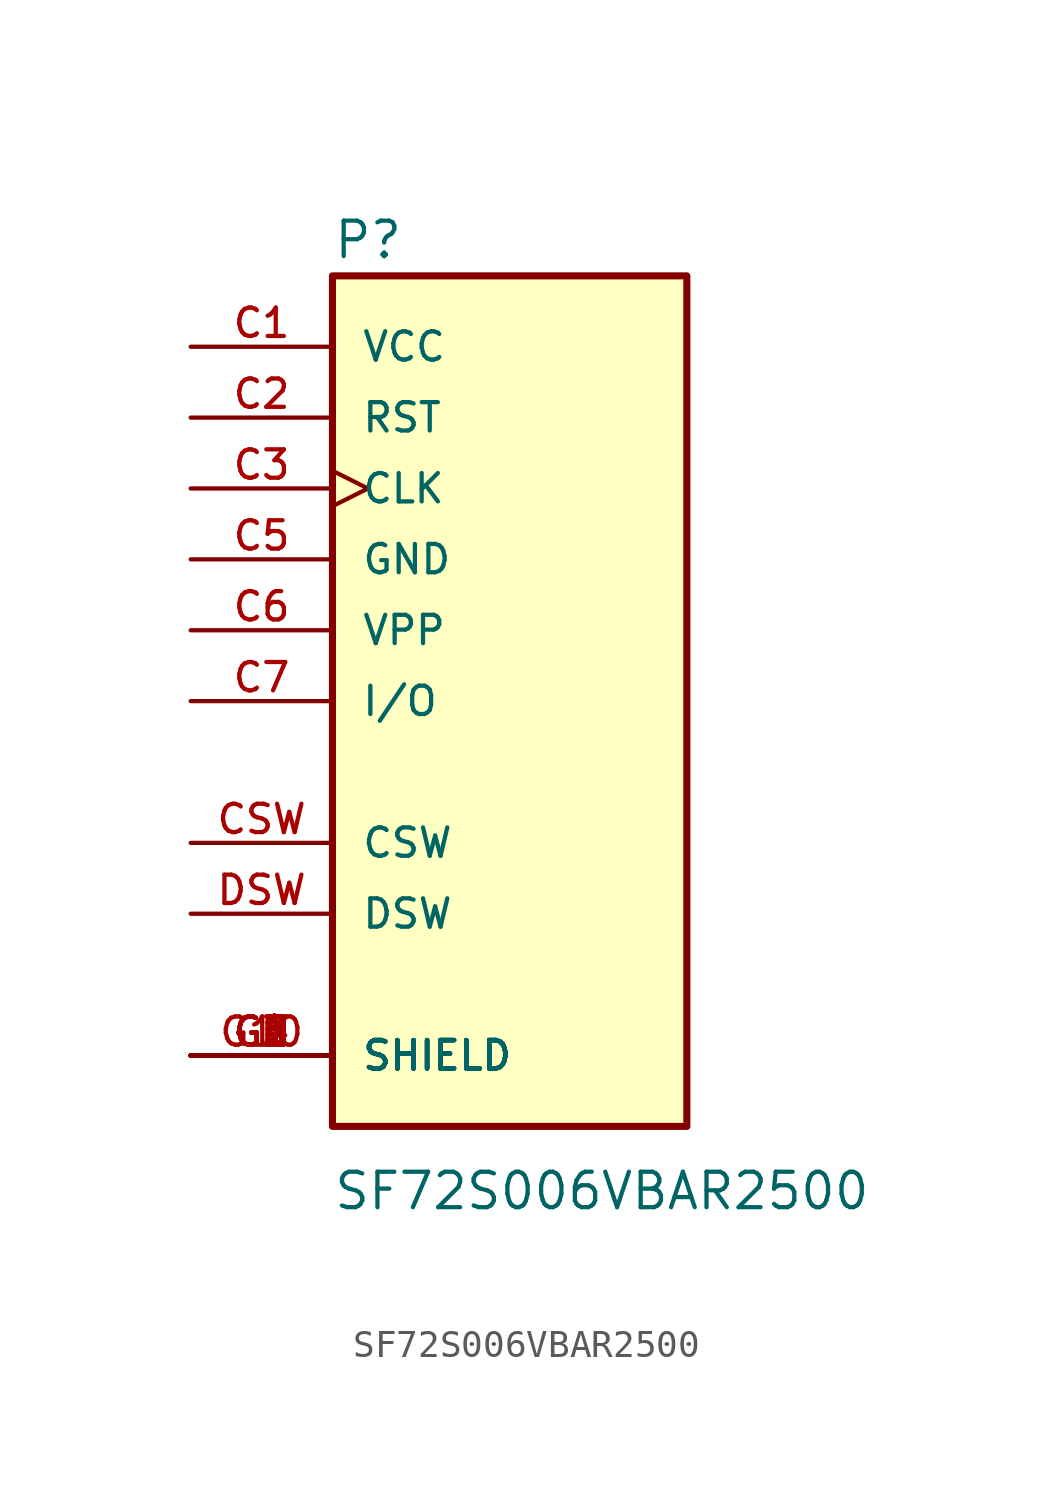
<source format=kicad_sym>
(kicad_symbol_lib
  (version 20211014)
  (generator kicad_symbol_editor)
  (symbol "SF72S006VBAR2500"
    (pin_names
      (offset 1.016))
    (property "Reference" "P"
      (at 0.0 15.785 0)
      (effects (font (size 1.27 1.27)) (justify bottom left)))
    (property "Value" "SF72S006VBAR2500"
      (at 0.0 -18.298 0)
      (effects (font (size 1.27 1.27)) (justify bottom left)))
    (symbol "SF72S006VBAR2500_0_0"
      (rectangle (start 0.0 -15.24) (end 12.7 15.24) (stroke (width 0.254)) (fill (type background)))
      (pin power_in line (at -5.08 12.7 0) (length 5.08) (name "VCC" (effects (font (size 1.016 1.016)))) (number "C1" (effects (font (size 1.016 1.016)))))
      (pin power_in line (at -5.08 5.08 0) (length 5.08) (name "GND" (effects (font (size 1.016 1.016)))) (number "C5" (effects (font (size 1.016 1.016)))))
      (pin power_in line (at -5.08 2.54 0) (length 5.08) (name "VPP" (effects (font (size 1.016 1.016)))) (number "C6" (effects (font (size 1.016 1.016)))))
      (pin bidirectional line (at -5.08 10.16 0) (length 5.08) (name "RST" (effects (font (size 1.016 1.016)))) (number "C2" (effects (font (size 1.016 1.016)))))
      (pin bidirectional clock (at -5.08 7.62 0) (length 5.08) (name "CLK" (effects (font (size 1.016 1.016)))) (number "C3" (effects (font (size 1.016 1.016)))))
      (pin bidirectional line (at -5.08 0.0 0) (length 5.08) (name "I/O" (effects (font (size 1.016 1.016)))) (number "C7" (effects (font (size 1.016 1.016)))))
      (pin bidirectional line (at -5.08 -5.08 0) (length 5.08) (name "CSW" (effects (font (size 1.016 1.016)))) (number "CSW" (effects (font (size 1.016 1.016)))))
      (pin bidirectional line (at -5.08 -7.62 0) (length 5.08) (name "DSW" (effects (font (size 1.016 1.016)))) (number "DSW" (effects (font (size 1.016 1.016)))))
      (pin passive line (at -5.08 -12.7 0) (length 5.08) (name "SHIELD" (effects (font (size 1.016 1.016)))) (number "G1" (effects (font (size 1.016 1.016)))))
      (pin passive line (at -5.08 -12.7 0) (length 5.08) (name "SHIELD" (effects (font (size 1.016 1.016)))) (number "G2" (effects (font (size 1.016 1.016)))))
      (pin passive line (at -5.08 -12.7 0) (length 5.08) (name "SHIELD" (effects (font (size 1.016 1.016)))) (number "G3" (effects (font (size 1.016 1.016)))))
      (pin passive line (at -5.08 -12.7 0) (length 5.08) (name "SHIELD" (effects (font (size 1.016 1.016)))) (number "G4" (effects (font (size 1.016 1.016)))))
      (pin passive line (at -5.08 -12.7 0) (length 5.08) (name "SHIELD" (effects (font (size 1.016 1.016)))) (number "G5" (effects (font (size 1.016 1.016)))))
      (pin passive line (at -5.08 -12.7 0) (length 5.08) (name "SHIELD" (effects (font (size 1.016 1.016)))) (number "G6" (effects (font (size 1.016 1.016)))))
      (pin passive line (at -5.08 -12.7 0) (length 5.08) (name "SHIELD" (effects (font (size 1.016 1.016)))) (number "G7" (effects (font (size 1.016 1.016)))))
      (pin passive line (at -5.08 -12.7 0) (length 5.08) (name "SHIELD" (effects (font (size 1.016 1.016)))) (number "G8" (effects (font (size 1.016 1.016)))))
      (pin passive line (at -5.08 -12.7 0) (length 5.08) (name "SHIELD" (effects (font (size 1.016 1.016)))) (number "G9" (effects (font (size 1.016 1.016)))))
      (pin passive line (at -5.08 -12.7 0) (length 5.08) (name "SHIELD" (effects (font (size 1.016 1.016)))) (number "G10" (effects (font (size 1.016 1.016))))))))
</source>
